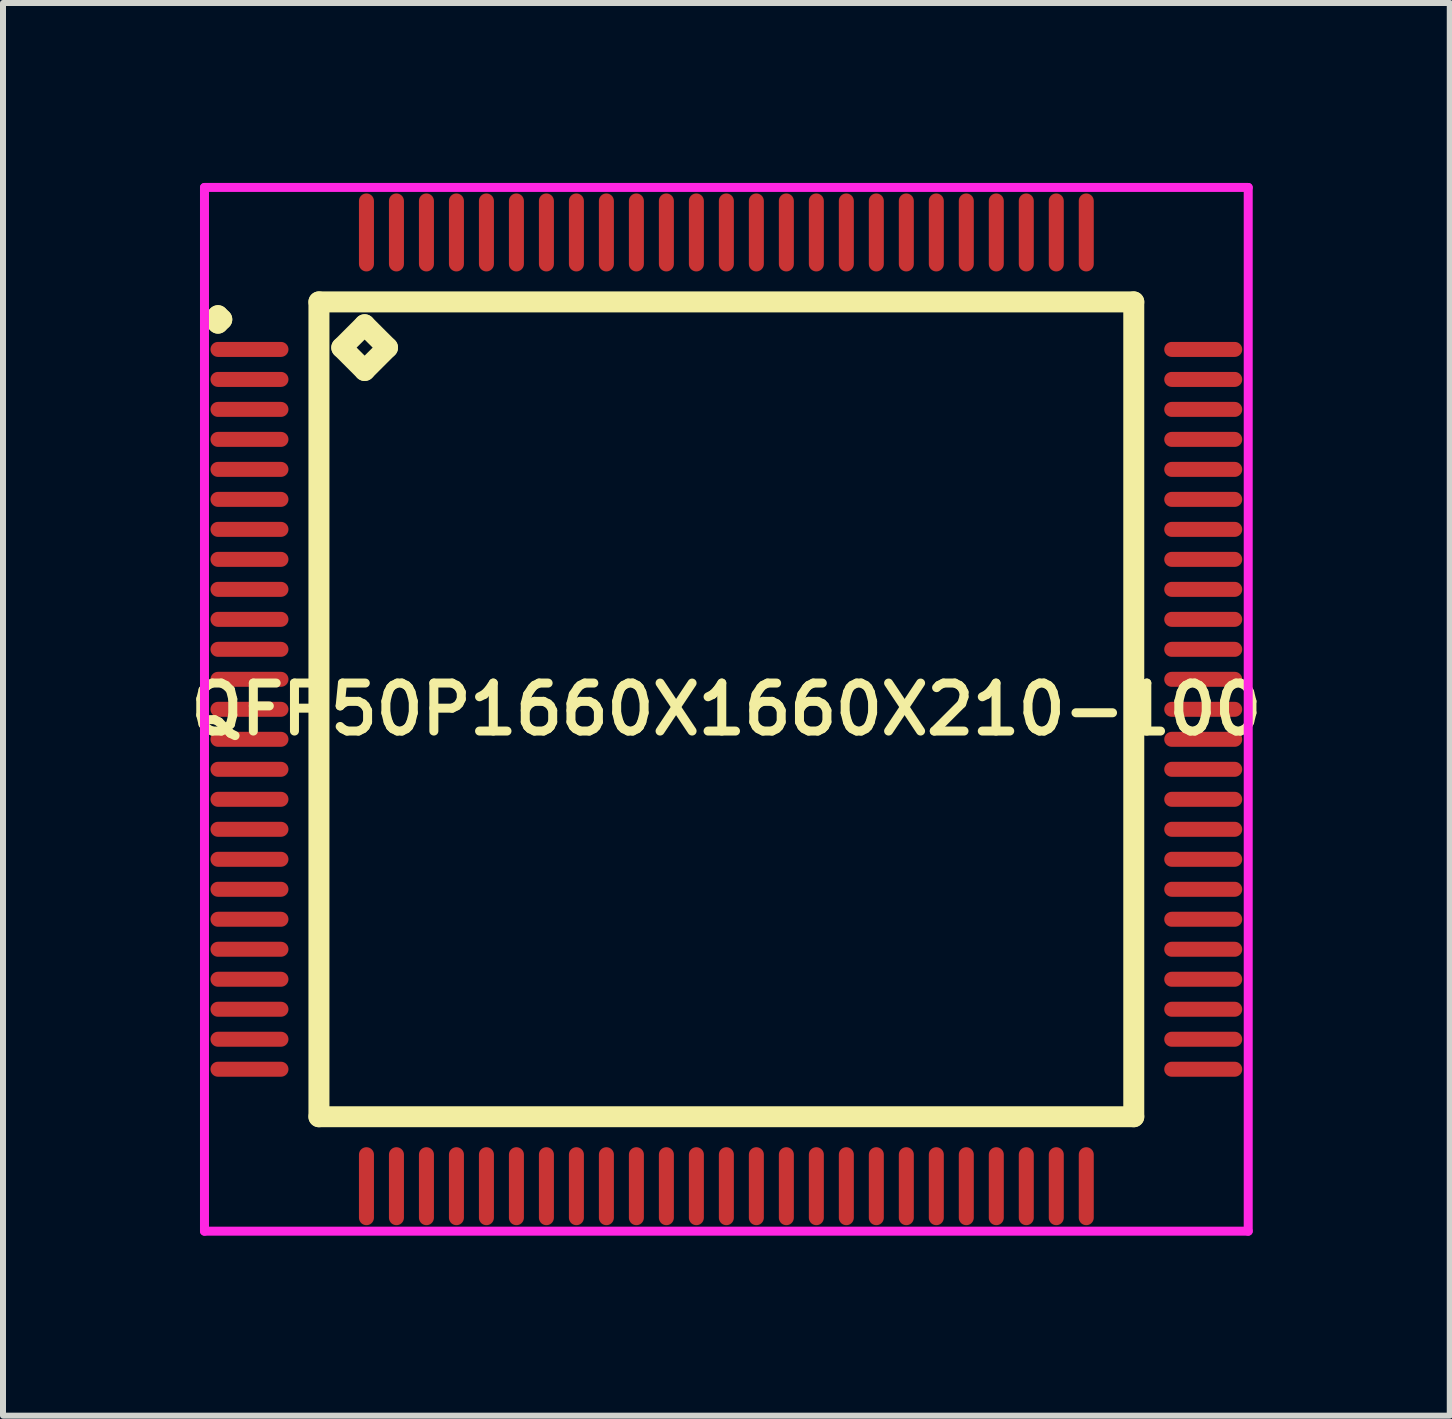
<source format=kicad_pcb>
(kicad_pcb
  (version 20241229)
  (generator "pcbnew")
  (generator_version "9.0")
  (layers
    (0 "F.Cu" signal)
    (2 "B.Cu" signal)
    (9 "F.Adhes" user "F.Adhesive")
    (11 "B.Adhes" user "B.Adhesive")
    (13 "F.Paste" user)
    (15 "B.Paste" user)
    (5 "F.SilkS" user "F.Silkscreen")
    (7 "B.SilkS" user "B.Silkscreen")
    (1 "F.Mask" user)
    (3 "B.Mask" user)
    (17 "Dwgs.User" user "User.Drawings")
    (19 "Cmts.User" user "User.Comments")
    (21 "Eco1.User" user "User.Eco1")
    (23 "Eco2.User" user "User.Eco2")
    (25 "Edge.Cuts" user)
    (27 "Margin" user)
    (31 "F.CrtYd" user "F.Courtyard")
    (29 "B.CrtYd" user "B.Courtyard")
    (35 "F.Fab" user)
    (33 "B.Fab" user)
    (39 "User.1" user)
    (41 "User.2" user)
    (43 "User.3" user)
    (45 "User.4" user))
  (footprint "QFP50P1660X1660X210-100"
    (layer "F.Cu")
    (at 9.059 8.775)
    (property "Reference" "QFP50P1660X1660X210-100" (at 0 0 0) (layer "F.SilkS") (effects (font (size 0.8 0.8) (thickness 0.15))))
    (attr smd)
    (fp_line (start -8.537 -6.5) (end -8.475 -6.562) (stroke (width 0.35) (type solid)) (layer "F.SilkS"))
    (fp_line (start -8.475 -6.562) (end -8.412 -6.5) (stroke (width 0.35) (type solid)) (layer "F.SilkS"))
    (fp_line (start -8.475 -6.438) (end -8.537 -6.5) (stroke (width 0.35) (type solid)) (layer "F.SilkS"))
    (fp_line (start -8.412 -6.5) (end -8.475 -6.438) (stroke (width 0.35) (type solid)) (layer "F.SilkS"))
    (fp_line (start -6.792 -6.792) (end -6.792 6.792) (stroke (width 0.35) (type solid)) (layer "F.SilkS"))
    (fp_line (start -6.792 6.792) (end 6.792 6.792) (stroke (width 0.35) (type solid)) (layer "F.SilkS"))
    (fp_line (start -6.411 -6.03) (end -6.03 -6.411) (stroke (width 0.35) (type solid)) (layer "F.SilkS"))
    (fp_line (start -6.03 -6.411) (end -5.649 -6.03) (stroke (width 0.35) (type solid)) (layer "F.SilkS"))
    (fp_line (start -6.03 -5.649) (end -6.411 -6.03) (stroke (width 0.35) (type solid)) (layer "F.SilkS"))
    (fp_line (start -5.649 -6.03) (end -6.03 -5.649) (stroke (width 0.35) (type solid)) (layer "F.SilkS"))
    (fp_line (start 6.792 -6.792) (end -6.792 -6.792) (stroke (width 0.35) (type solid)) (layer "F.SilkS"))
    (fp_line (start 6.792 6.792) (end 6.792 -6.792) (stroke (width 0.35) (type solid)) (layer "F.SilkS"))
    (fp_line (start -8.7 -8.7) (end 8.7 -8.7) (stroke (width 0.15) (type solid)) (layer "F.CrtYd"))
    (fp_line (start -8.7 8.7) (end -8.7 -8.7) (stroke (width 0.15) (type solid)) (layer "F.CrtYd"))
    (fp_line (start 8.7 -8.7) (end 8.7 8.7) (stroke (width 0.15) (type solid)) (layer "F.CrtYd"))
    (fp_line (start 8.7 8.7) (end -8.7 8.7) (stroke (width 0.15) (type solid)) (layer "F.CrtYd"))
    (pad "1" smd oval (at -7.95 -6) (size 1.3 0.25) (layers "F.Cu" "F.Mask" "F.Paste"))
    (pad "2" smd oval (at -7.95 -5.5) (size 1.3 0.25) (layers "F.Cu" "F.Mask" "F.Paste"))
    (pad "3" smd oval (at -7.95 -5) (size 1.3 0.25) (layers "F.Cu" "F.Mask" "F.Paste"))
    (pad "4" smd oval (at -7.95 -4.5) (size 1.3 0.25) (layers "F.Cu" "F.Mask" "F.Paste"))
    (pad "5" smd oval (at -7.95 -4) (size 1.3 0.25) (layers "F.Cu" "F.Mask" "F.Paste"))
    (pad "6" smd oval (at -7.95 -3.5) (size 1.3 0.25) (layers "F.Cu" "F.Mask" "F.Paste"))
    (pad "7" smd oval (at -7.95 -3) (size 1.3 0.25) (layers "F.Cu" "F.Mask" "F.Paste"))
    (pad "8" smd oval (at -7.95 -2.5) (size 1.3 0.25) (layers "F.Cu" "F.Mask" "F.Paste"))
    (pad "9" smd oval (at -7.95 -2) (size 1.3 0.25) (layers "F.Cu" "F.Mask" "F.Paste"))
    (pad "10" smd oval (at -7.95 -1.5) (size 1.3 0.25) (layers "F.Cu" "F.Mask" "F.Paste"))
    (pad "11" smd oval (at -7.95 -1) (size 1.3 0.25) (layers "F.Cu" "F.Mask" "F.Paste"))
    (pad "12" smd oval (at -7.95 -0.5) (size 1.3 0.25) (layers "F.Cu" "F.Mask" "F.Paste"))
    (pad "13" smd oval (at -7.95 0) (size 1.3 0.25) (layers "F.Cu" "F.Mask" "F.Paste"))
    (pad "14" smd oval (at -7.95 0.5) (size 1.3 0.25) (layers "F.Cu" "F.Mask" "F.Paste"))
    (pad "15" smd oval (at -7.95 1) (size 1.3 0.25) (layers "F.Cu" "F.Mask" "F.Paste"))
    (pad "16" smd oval (at -7.95 1.5) (size 1.3 0.25) (layers "F.Cu" "F.Mask" "F.Paste"))
    (pad "17" smd oval (at -7.95 2) (size 1.3 0.25) (layers "F.Cu" "F.Mask" "F.Paste"))
    (pad "18" smd oval (at -7.95 2.5) (size 1.3 0.25) (layers "F.Cu" "F.Mask" "F.Paste"))
    (pad "19" smd oval (at -7.95 3) (size 1.3 0.25) (layers "F.Cu" "F.Mask" "F.Paste"))
    (pad "20" smd oval (at -7.95 3.5) (size 1.3 0.25) (layers "F.Cu" "F.Mask" "F.Paste"))
    (pad "21" smd oval (at -7.95 4) (size 1.3 0.25) (layers "F.Cu" "F.Mask" "F.Paste"))
    (pad "22" smd oval (at -7.95 4.5) (size 1.3 0.25) (layers "F.Cu" "F.Mask" "F.Paste"))
    (pad "23" smd oval (at -7.95 5) (size 1.3 0.25) (layers "F.Cu" "F.Mask" "F.Paste"))
    (pad "24" smd oval (at -7.95 5.5) (size 1.3 0.25) (layers "F.Cu" "F.Mask" "F.Paste"))
    (pad "25" smd oval (at -7.95 6) (size 1.3 0.25) (layers "F.Cu" "F.Mask" "F.Paste"))
    (pad "26" smd oval (at -6 7.95) (size 0.25 1.3) (layers "F.Cu" "F.Mask" "F.Paste"))
    (pad "27" smd oval (at -5.5 7.95) (size 0.25 1.3) (layers "F.Cu" "F.Mask" "F.Paste"))
    (pad "28" smd oval (at -5 7.95) (size 0.25 1.3) (layers "F.Cu" "F.Mask" "F.Paste"))
    (pad "29" smd oval (at -4.5 7.95) (size 0.25 1.3) (layers "F.Cu" "F.Mask" "F.Paste"))
    (pad "30" smd oval (at -4 7.95) (size 0.25 1.3) (layers "F.Cu" "F.Mask" "F.Paste"))
    (pad "31" smd oval (at -3.5 7.95) (size 0.25 1.3) (layers "F.Cu" "F.Mask" "F.Paste"))
    (pad "32" smd oval (at -3 7.95) (size 0.25 1.3) (layers "F.Cu" "F.Mask" "F.Paste"))
    (pad "33" smd oval (at -2.5 7.95) (size 0.25 1.3) (layers "F.Cu" "F.Mask" "F.Paste"))
    (pad "34" smd oval (at -2 7.95) (size 0.25 1.3) (layers "F.Cu" "F.Mask" "F.Paste"))
    (pad "35" smd oval (at -1.5 7.95) (size 0.25 1.3) (layers "F.Cu" "F.Mask" "F.Paste"))
    (pad "36" smd oval (at -1 7.95) (size 0.25 1.3) (layers "F.Cu" "F.Mask" "F.Paste"))
    (pad "37" smd oval (at -0.5 7.95) (size 0.25 1.3) (layers "F.Cu" "F.Mask" "F.Paste"))
    (pad "38" smd oval (at 0 7.95) (size 0.25 1.3) (layers "F.Cu" "F.Mask" "F.Paste"))
    (pad "39" smd oval (at 0.5 7.95) (size 0.25 1.3) (layers "F.Cu" "F.Mask" "F.Paste"))
    (pad "40" smd oval (at 1 7.95) (size 0.25 1.3) (layers "F.Cu" "F.Mask" "F.Paste"))
    (pad "41" smd oval (at 1.5 7.95) (size 0.25 1.3) (layers "F.Cu" "F.Mask" "F.Paste"))
    (pad "42" smd oval (at 2 7.95) (size 0.25 1.3) (layers "F.Cu" "F.Mask" "F.Paste"))
    (pad "43" smd oval (at 2.5 7.95) (size 0.25 1.3) (layers "F.Cu" "F.Mask" "F.Paste"))
    (pad "44" smd oval (at 3 7.95) (size 0.25 1.3) (layers "F.Cu" "F.Mask" "F.Paste"))
    (pad "45" smd oval (at 3.5 7.95) (size 0.25 1.3) (layers "F.Cu" "F.Mask" "F.Paste"))
    (pad "46" smd oval (at 4 7.95) (size 0.25 1.3) (layers "F.Cu" "F.Mask" "F.Paste"))
    (pad "47" smd oval (at 4.5 7.95) (size 0.25 1.3) (layers "F.Cu" "F.Mask" "F.Paste"))
    (pad "48" smd oval (at 5 7.95) (size 0.25 1.3) (layers "F.Cu" "F.Mask" "F.Paste"))
    (pad "49" smd oval (at 5.5 7.95) (size 0.25 1.3) (layers "F.Cu" "F.Mask" "F.Paste"))
    (pad "50" smd oval (at 6 7.95) (size 0.25 1.3) (layers "F.Cu" "F.Mask" "F.Paste"))
    (pad "51" smd oval (at 7.95 6) (size 1.3 0.25) (layers "F.Cu" "F.Mask" "F.Paste"))
    (pad "52" smd oval (at 7.95 5.5) (size 1.3 0.25) (layers "F.Cu" "F.Mask" "F.Paste"))
    (pad "53" smd oval (at 7.95 5) (size 1.3 0.25) (layers "F.Cu" "F.Mask" "F.Paste"))
    (pad "54" smd oval (at 7.95 4.5) (size 1.3 0.25) (layers "F.Cu" "F.Mask" "F.Paste"))
    (pad "55" smd oval (at 7.95 4) (size 1.3 0.25) (layers "F.Cu" "F.Mask" "F.Paste"))
    (pad "56" smd oval (at 7.95 3.5) (size 1.3 0.25) (layers "F.Cu" "F.Mask" "F.Paste"))
    (pad "57" smd oval (at 7.95 3) (size 1.3 0.25) (layers "F.Cu" "F.Mask" "F.Paste"))
    (pad "58" smd oval (at 7.95 2.5) (size 1.3 0.25) (layers "F.Cu" "F.Mask" "F.Paste"))
    (pad "59" smd oval (at 7.95 2) (size 1.3 0.25) (layers "F.Cu" "F.Mask" "F.Paste"))
    (pad "60" smd oval (at 7.95 1.5) (size 1.3 0.25) (layers "F.Cu" "F.Mask" "F.Paste"))
    (pad "61" smd oval (at 7.95 1) (size 1.3 0.25) (layers "F.Cu" "F.Mask" "F.Paste"))
    (pad "62" smd oval (at 7.95 0.5) (size 1.3 0.25) (layers "F.Cu" "F.Mask" "F.Paste"))
    (pad "63" smd oval (at 7.95 0) (size 1.3 0.25) (layers "F.Cu" "F.Mask" "F.Paste"))
    (pad "64" smd oval (at 7.95 -0.5) (size 1.3 0.25) (layers "F.Cu" "F.Mask" "F.Paste"))
    (pad "65" smd oval (at 7.95 -1) (size 1.3 0.25) (layers "F.Cu" "F.Mask" "F.Paste"))
    (pad "66" smd oval (at 7.95 -1.5) (size 1.3 0.25) (layers "F.Cu" "F.Mask" "F.Paste"))
    (pad "67" smd oval (at 7.95 -2) (size 1.3 0.25) (layers "F.Cu" "F.Mask" "F.Paste"))
    (pad "68" smd oval (at 7.95 -2.5) (size 1.3 0.25) (layers "F.Cu" "F.Mask" "F.Paste"))
    (pad "69" smd oval (at 7.95 -3) (size 1.3 0.25) (layers "F.Cu" "F.Mask" "F.Paste"))
    (pad "70" smd oval (at 7.95 -3.5) (size 1.3 0.25) (layers "F.Cu" "F.Mask" "F.Paste"))
    (pad "71" smd oval (at 7.95 -4) (size 1.3 0.25) (layers "F.Cu" "F.Mask" "F.Paste"))
    (pad "72" smd oval (at 7.95 -4.5) (size 1.3 0.25) (layers "F.Cu" "F.Mask" "F.Paste"))
    (pad "73" smd oval (at 7.95 -5) (size 1.3 0.25) (layers "F.Cu" "F.Mask" "F.Paste"))
    (pad "74" smd oval (at 7.95 -5.5) (size 1.3 0.25) (layers "F.Cu" "F.Mask" "F.Paste"))
    (pad "75" smd oval (at 7.95 -6) (size 1.3 0.25) (layers "F.Cu" "F.Mask" "F.Paste"))
    (pad "76" smd oval (at 6 -7.95) (size 0.25 1.3) (layers "F.Cu" "F.Mask" "F.Paste"))
    (pad "77" smd oval (at 5.5 -7.95) (size 0.25 1.3) (layers "F.Cu" "F.Mask" "F.Paste"))
    (pad "78" smd oval (at 5 -7.95) (size 0.25 1.3) (layers "F.Cu" "F.Mask" "F.Paste"))
    (pad "79" smd oval (at 4.5 -7.95) (size 0.25 1.3) (layers "F.Cu" "F.Mask" "F.Paste"))
    (pad "80" smd oval (at 4 -7.95) (size 0.25 1.3) (layers "F.Cu" "F.Mask" "F.Paste"))
    (pad "81" smd oval (at 3.5 -7.95) (size 0.25 1.3) (layers "F.Cu" "F.Mask" "F.Paste"))
    (pad "82" smd oval (at 3 -7.95) (size 0.25 1.3) (layers "F.Cu" "F.Mask" "F.Paste"))
    (pad "83" smd oval (at 2.5 -7.95) (size 0.25 1.3) (layers "F.Cu" "F.Mask" "F.Paste"))
    (pad "84" smd oval (at 2 -7.95) (size 0.25 1.3) (layers "F.Cu" "F.Mask" "F.Paste"))
    (pad "85" smd oval (at 1.5 -7.95) (size 0.25 1.3) (layers "F.Cu" "F.Mask" "F.Paste"))
    (pad "86" smd oval (at 1 -7.95) (size 0.25 1.3) (layers "F.Cu" "F.Mask" "F.Paste"))
    (pad "87" smd oval (at 0.5 -7.95) (size 0.25 1.3) (layers "F.Cu" "F.Mask" "F.Paste"))
    (pad "88" smd oval (at 0 -7.95) (size 0.25 1.3) (layers "F.Cu" "F.Mask" "F.Paste"))
    (pad "89" smd oval (at -0.5 -7.95) (size 0.25 1.3) (layers "F.Cu" "F.Mask" "F.Paste"))
    (pad "90" smd oval (at -1 -7.95) (size 0.25 1.3) (layers "F.Cu" "F.Mask" "F.Paste"))
    (pad "91" smd oval (at -1.5 -7.95) (size 0.25 1.3) (layers "F.Cu" "F.Mask" "F.Paste"))
    (pad "92" smd oval (at -2 -7.95) (size 0.25 1.3) (layers "F.Cu" "F.Mask" "F.Paste"))
    (pad "93" smd oval (at -2.5 -7.95) (size 0.25 1.3) (layers "F.Cu" "F.Mask" "F.Paste"))
    (pad "94" smd oval (at -3 -7.95) (size 0.25 1.3) (layers "F.Cu" "F.Mask" "F.Paste"))
    (pad "95" smd oval (at -3.5 -7.95) (size 0.25 1.3) (layers "F.Cu" "F.Mask" "F.Paste"))
    (pad "96" smd oval (at -4 -7.95) (size 0.25 1.3) (layers "F.Cu" "F.Mask" "F.Paste"))
    (pad "97" smd oval (at -4.5 -7.95) (size 0.25 1.3) (layers "F.Cu" "F.Mask" "F.Paste"))
    (pad "98" smd oval (at -5 -7.95) (size 0.25 1.3) (layers "F.Cu" "F.Mask" "F.Paste"))
    (pad "99" smd oval (at -5.5 -7.95) (size 0.25 1.3) (layers "F.Cu" "F.Mask" "F.Paste"))
    (pad "100" smd oval (at -6 -7.95) (size 0.25 1.3) (layers "F.Cu" "F.Mask" "F.Paste")))
  (gr_rect
    (start -3 -3)
    (end 21.119 20.55)
    (stroke (width 0.1) (type default))
    (fill no)
    (layer "Edge.Cuts")))
</source>
